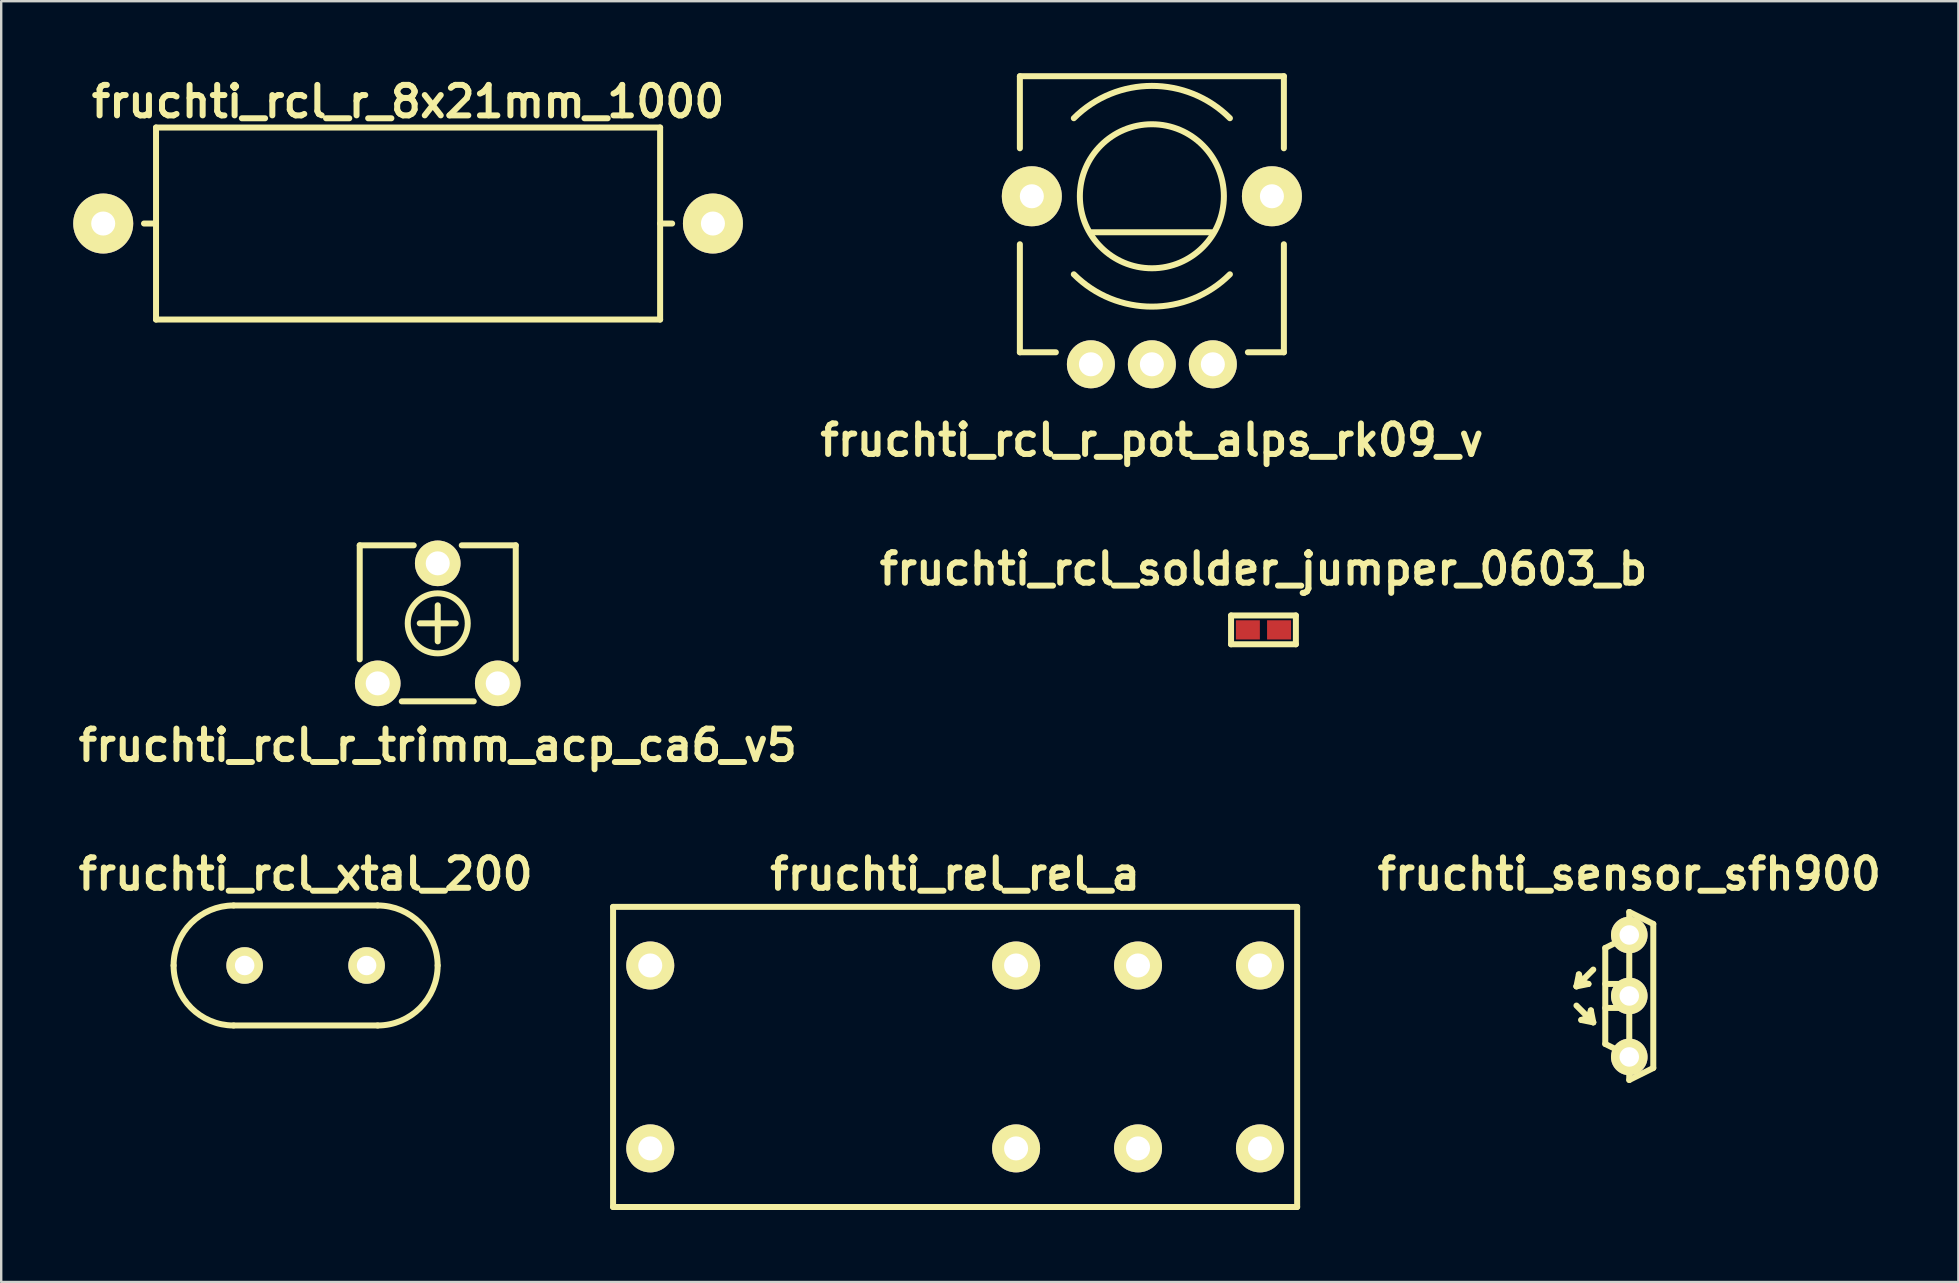
<source format=kicad_pcb>
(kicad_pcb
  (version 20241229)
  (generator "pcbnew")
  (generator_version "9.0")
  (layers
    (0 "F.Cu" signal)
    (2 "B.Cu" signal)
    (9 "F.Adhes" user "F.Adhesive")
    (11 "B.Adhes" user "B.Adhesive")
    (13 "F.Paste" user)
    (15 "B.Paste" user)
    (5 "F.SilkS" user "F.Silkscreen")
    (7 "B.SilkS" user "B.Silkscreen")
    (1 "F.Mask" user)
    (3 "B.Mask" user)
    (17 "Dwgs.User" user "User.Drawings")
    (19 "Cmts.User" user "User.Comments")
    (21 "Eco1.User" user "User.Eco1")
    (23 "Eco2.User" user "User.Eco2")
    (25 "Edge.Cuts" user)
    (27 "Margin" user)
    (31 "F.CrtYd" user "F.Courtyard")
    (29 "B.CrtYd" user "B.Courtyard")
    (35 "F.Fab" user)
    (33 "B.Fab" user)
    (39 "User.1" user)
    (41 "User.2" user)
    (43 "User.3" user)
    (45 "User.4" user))
  (footprint "fruchti_rcl_r_8x21mm_1000"
    (layer "F.Cu")
    (at 13.95 6.262)
    (property "Reference" "fruchti_rcl_r_8x21mm_1000" (at 0 -5.08 0) (layer "F.SilkS") (effects (font (size 1.27 1.27) (thickness 0.25))))
    (attr through_hole)
    (fp_line (start -10.5 -4) (end -10.5 4) (stroke (width 0.25) (type solid)) (layer "F.SilkS"))
    (fp_line (start -10.5 0) (end -11.001 0) (stroke (width 0.25) (type solid)) (layer "F.SilkS"))
    (fp_line (start -10.5 4) (end 10.5 4) (stroke (width 0.25) (type solid)) (layer "F.SilkS"))
    (fp_line (start 10.5 -4) (end -10.5 -4) (stroke (width 0.25) (type solid)) (layer "F.SilkS"))
    (fp_line (start 10.5 0) (end 11.001 0) (stroke (width 0.25) (type solid)) (layer "F.SilkS"))
    (fp_line (start 10.5 4) (end 10.5 -4) (stroke (width 0.25) (type solid)) (layer "F.SilkS"))
    (pad "1" thru_hole circle (at -12.7 0) (size 2.499 2.499) (drill 1.001) (layers "*.Cu" "*.Mask" "F.SilkS"))
    (pad "2" thru_hole circle (at 12.7 0) (size 2.499 2.499) (drill 1.001) (layers "*.Cu" "*.Mask" "F.SilkS")))
  (footprint "fruchti_rcl_xtal_200"
    (layer "F.Cu")
    (at 9.682 37.171)
    (property "Reference" "fruchti_rcl_xtal_200" (at 0 -3.81 0) (layer "F.SilkS") (effects (font (size 1.27 1.27) (thickness 0.25))))
    (attr through_hole)
    (fp_line (start -3 -2.5) (end 3 -2.5) (stroke (width 0.25) (type solid)) (layer "F.SilkS"))
    (fp_line (start -3 2.5) (end 3 2.5) (stroke (width 0.25) (type solid)) (layer "F.SilkS"))
    (fp_arc (start -5.5 0) (mid -4.767767 -1.767767) (end -3 -2.5) (stroke (width 0.25) (type solid)) (layer "F.SilkS"))
    (fp_arc (start -3 2.5) (mid -4.767767 1.767767) (end -5.5 0) (stroke (width 0.25) (type solid)) (layer "F.SilkS"))
    (fp_arc (start 3 -2.5) (mid 4.767767 -1.767767) (end 5.5 0) (stroke (width 0.25) (type solid)) (layer "F.SilkS"))
    (fp_arc (start 5.5 0) (mid 4.767767 1.767767) (end 3 2.5) (stroke (width 0.25) (type solid)) (layer "F.SilkS"))
    (pad "1" thru_hole circle (at -2.54 0) (size 1.524 1.524) (drill 0.813) (layers "*.Cu" "*.Mask" "F.SilkS"))
    (pad "2" thru_hole circle (at 2.54 0) (size 1.524 1.524) (drill 0.813) (layers "*.Cu" "*.Mask" "F.SilkS")))
  (footprint "fruchti_rel_rel_a"
    (layer "F.Cu")
    (at 36.739 40.981)
    (property "Reference" "fruchti_rel_rel_a" (at 0 -7.62 0) (layer "F.SilkS") (effects (font (size 1.27 1.27) (thickness 0.25))))
    (attr through_hole)
    (fp_line (start -14.249 -6.251) (end 14.249 -6.251) (stroke (width 0.25) (type solid)) (layer "F.SilkS"))
    (fp_line (start -14.249 6.251) (end -14.249 -6.251) (stroke (width 0.25) (type solid)) (layer "F.SilkS"))
    (fp_line (start 14.249 -6.251) (end 14.249 6.251) (stroke (width 0.25) (type solid)) (layer "F.SilkS"))
    (fp_line (start 14.249 6.251) (end -14.249 6.251) (stroke (width 0.25) (type solid)) (layer "F.SilkS"))
    (pad "1" thru_hole circle (at -12.7 3.81) (size 1.999 1.999) (drill 1.001) (layers "*.Cu" "*.Mask" "F.SilkS"))
    (pad "2" thru_hole circle (at -12.7 -3.81) (size 1.999 1.999) (drill 1.001) (layers "*.Cu" "*.Mask" "F.SilkS"))
    (pad "3" thru_hole circle (at 2.54 3.81) (size 1.999 1.999) (drill 1.001) (layers "*.Cu" "*.Mask" "F.SilkS"))
    (pad "4" thru_hole circle (at 7.62 3.81) (size 1.999 1.999) (drill 1.001) (layers "*.Cu" "*.Mask" "F.SilkS"))
    (pad "5" thru_hole circle (at 12.7 3.81) (size 1.999 1.999) (drill 1.001) (layers "*.Cu" "*.Mask" "F.SilkS"))
    (pad "6" thru_hole circle (at 2.54 -3.81) (size 1.999 1.999) (drill 1.001) (layers "*.Cu" "*.Mask" "F.SilkS"))
    (pad "7" thru_hole circle (at 7.62 -3.81) (size 1.999 1.999) (drill 1.001) (layers "*.Cu" "*.Mask" "F.SilkS"))
    (pad "8" thru_hole circle (at 12.7 -3.81) (size 1.999 1.999) (drill 1.001) (layers "*.Cu" "*.Mask" "F.SilkS")))
  (footprint "fruchti_rcl_r_pot_alps_rk09_v"
    (layer "F.Cu")
    (at 44.936 5.126)
    (property "Reference" "fruchti_rcl_r_pot_alps_rk09_v" (at 0 10.16 0) (layer "F.SilkS") (effects (font (size 1.27 1.27) (thickness 0.25))))
    (attr through_hole)
    (fp_line (start -5.499 -5.001) (end -5.499 -1.999) (stroke (width 0.25) (type solid)) (layer "F.SilkS"))
    (fp_line (start -5.499 6.5) (end -5.499 1.999) (stroke (width 0.25) (type solid)) (layer "F.SilkS"))
    (fp_line (start -5.499 6.5) (end -4 6.5) (stroke (width 0.25) (type solid)) (layer "F.SilkS"))
    (fp_line (start -2.499 1.501) (end 2.499 1.501) (stroke (width 0.25) (type solid)) (layer "F.SilkS"))
    (fp_line (start 4 6.5) (end 5.499 6.5) (stroke (width 0.25) (type solid)) (layer "F.SilkS"))
    (fp_line (start 5.499 -5.001) (end -5.499 -5.001) (stroke (width 0.25) (type solid)) (layer "F.SilkS"))
    (fp_line (start 5.499 -5.001) (end 5.499 -1.999) (stroke (width 0.25) (type solid)) (layer "F.SilkS"))
    (fp_line (start 5.499 6.5) (end 5.499 1.999) (stroke (width 0.25) (type solid)) (layer "F.SilkS"))
    (fp_arc (start -3.2512 -3.2512) (mid 0 -4.597891) (end 3.2512 -3.2512) (stroke (width 0.25) (type solid)) (layer "F.SilkS"))
    (fp_arc (start 3.2512 3.2512) (mid 0 4.597891) (end -3.2512 3.2512) (stroke (width 0.25) (type solid)) (layer "F.SilkS"))
    (fp_circle (center 0 0) (end 3 0) (stroke (width 0.25) (type solid)) (fill no) (layer "F.SilkS"))
    (pad "1" thru_hole circle (at -2.54 7) (size 1.999 1.999) (drill 1.001) (layers "*.Cu" "*.Mask" "F.SilkS"))
    (pad "2" thru_hole circle (at 0 7) (size 1.999 1.999) (drill 1.001) (layers "*.Cu" "*.Mask" "F.SilkS"))
    (pad "3" thru_hole circle (at 2.54 7) (size 1.999 1.999) (drill 1.001) (layers "*.Cu" "*.Mask" "F.SilkS"))
    (pad "T" thru_hole circle (at -5.001 0) (size 2.499 2.499) (drill 1.001) (layers "*.Cu" "*.Mask" "F.SilkS"))
    (pad "T" thru_hole circle (at 5.001 0) (size 2.499 2.499) (drill 1.001) (layers "*.Cu" "*.Mask" "F.SilkS")))
  (footprint "fruchti_sensor_sfh900"
    (layer "F.Cu")
    (at 64.824 38.441)
    (property "Reference" "fruchti_sensor_sfh900" (at 0 -5.08 0) (layer "F.SilkS") (effects (font (size 1.27 1.27) (thickness 0.25))))
    (attr through_hole)
    (fp_line (start -2.2 0.4) (end -1.5 1.1) (stroke (width 0.25) (type solid)) (layer "F.SilkS"))
    (fp_line (start -2.1 -0.9) (end -2.2 -0.4) (stroke (width 0.25) (type solid)) (layer "F.SilkS"))
    (fp_line (start -2.1 -0.9) (end -2 -0.6) (stroke (width 0.25) (type solid)) (layer "F.SilkS"))
    (fp_line (start -2 -0.6) (end -1.7 -0.5) (stroke (width 0.25) (type solid)) (layer "F.SilkS"))
    (fp_line (start -2 1) (end -1.7 0.9) (stroke (width 0.25) (type solid)) (layer "F.SilkS"))
    (fp_line (start -2 1) (end -1.5 1.1) (stroke (width 0.25) (type solid)) (layer "F.SilkS"))
    (fp_line (start -1.7 -0.5) (end -2.2 -0.4) (stroke (width 0.25) (type solid)) (layer "F.SilkS"))
    (fp_line (start -1.7 0.9) (end -1.6 0.6) (stroke (width 0.25) (type solid)) (layer "F.SilkS"))
    (fp_line (start -1.6 0.6) (end -1.5 1.1) (stroke (width 0.25) (type solid)) (layer "F.SilkS"))
    (fp_line (start -1.5 -1.1) (end -2.2 -0.4) (stroke (width 0.25) (type solid)) (layer "F.SilkS"))
    (fp_line (start -1 -2) (end -1 2) (stroke (width 0.25) (type solid)) (layer "F.SilkS"))
    (fp_line (start -1 0.5) (end 0 0.5) (stroke (width 0.25) (type solid)) (layer "F.SilkS"))
    (fp_line (start -1 2) (end 0 2.5) (stroke (width 0.25) (type solid)) (layer "F.SilkS"))
    (fp_line (start 0 -3.5) (end 0 3.5) (stroke (width 0.25) (type solid)) (layer "F.SilkS"))
    (fp_line (start 0 -3.5) (end 1 -3) (stroke (width 0.25) (type solid)) (layer "F.SilkS"))
    (fp_line (start 0 -2.5) (end -1 -2) (stroke (width 0.25) (type solid)) (layer "F.SilkS"))
    (fp_line (start 0 -0.5) (end -1 -0.5) (stroke (width 0.25) (type solid)) (layer "F.SilkS"))
    (fp_line (start 0 3.5) (end 1 3) (stroke (width 0.25) (type solid)) (layer "F.SilkS"))
    (fp_line (start 1 3) (end 1 -3) (stroke (width 0.25) (type solid)) (layer "F.SilkS"))
    (pad "1" thru_hole circle (at 0 -2.54) (size 1.524 1.524) (drill 0.813) (layers "*.Cu" "*.Mask" "F.SilkS"))
    (pad "2" thru_hole circle (at 0 0) (size 1.524 1.524) (drill 0.813) (layers "*.Cu" "*.Mask" "F.SilkS"))
    (pad "3" thru_hole circle (at 0 2.54) (size 1.524 1.524) (drill 0.813) (layers "*.Cu" "*.Mask" "F.SilkS")))
  (footprint "fruchti_rcl_r_trimm_acp_ca6_v5"
    (layer "F.Cu")
    (at 15.186 22.918)
    (property "Reference" "fruchti_rcl_r_trimm_acp_ca6_v5" (at 0 5.08 0) (layer "F.SilkS") (effects (font (size 1.27 1.27) (thickness 0.25))))
    (attr through_hole)
    (fp_line (start -3.25 -3.25) (end -1 -3.25) (stroke (width 0.25) (type solid)) (layer "F.SilkS"))
    (fp_line (start -3.25 1.5) (end -3.25 -3.25) (stroke (width 0.25) (type solid)) (layer "F.SilkS"))
    (fp_line (start -0.75 0) (end 0.75 0) (stroke (width 0.25) (type solid)) (layer "F.SilkS"))
    (fp_line (start 0 -0.75) (end 0 0.75) (stroke (width 0.25) (type solid)) (layer "F.SilkS"))
    (fp_line (start 1 -3.25) (end 3.25 -3.25) (stroke (width 0.25) (type solid)) (layer "F.SilkS"))
    (fp_line (start 1.5 3.25) (end -1.5 3.25) (stroke (width 0.25) (type solid)) (layer "F.SilkS"))
    (fp_line (start 3.25 -3.25) (end 3.25 1.5) (stroke (width 0.25) (type solid)) (layer "F.SilkS"))
    (fp_circle (center 0 0) (end 1.25 0) (stroke (width 0.25) (type solid)) (fill no) (layer "F.SilkS"))
    (pad "1" thru_hole circle (at -2.5 2.5) (size 1.9 1.9) (drill 1) (layers "*.Cu" "*.Mask" "F.SilkS"))
    (pad "2" thru_hole circle (at 0 -2.5) (size 1.9 1.9) (drill 1) (layers "*.Cu" "*.Mask" "F.SilkS"))
    (pad "3" thru_hole circle (at 2.5 2.5) (size 1.9 1.9) (drill 1) (layers "*.Cu" "*.Mask" "F.SilkS")))
  (footprint "fruchti_rcl_solder_jumper_0603_b"
    (layer "F.Cu")
    (at 49.585 23.19)
    (property "Reference" "fruchti_rcl_solder_jumper_0603_b" (at 0 -2.54 0) (layer "F.SilkS") (effects (font (size 1.27 1.27) (thickness 0.25))))
    (attr through_hole)
    (fp_line (start -1.35 -0.6) (end -1.35 0.6) (stroke (width 0.25) (type solid)) (layer "F.SilkS"))
    (fp_line (start -1.35 0.6) (end 1.35 0.6) (stroke (width 0.25) (type solid)) (layer "F.SilkS"))
    (fp_line (start 1.35 -0.6) (end -1.35 -0.6) (stroke (width 0.25) (type solid)) (layer "F.SilkS"))
    (fp_line (start 1.35 0.6) (end 1.35 -0.6) (stroke (width 0.25) (type solid)) (layer "F.SilkS"))
    (pad "1" smd rect (at -0.65 0) (size 1 0.8) (layers "F.Cu" "F.Mask" "F.Paste"))
    (pad "2" smd rect (at 0.65 0) (size 1 0.8) (layers "F.Cu" "F.Mask" "F.Paste")))
  (gr_rect
    (start -3 -3)
    (end 78.534 50.357)
    (stroke (width 0.1) (type default))
    (fill no)
    (layer "Edge.Cuts")))
</source>
